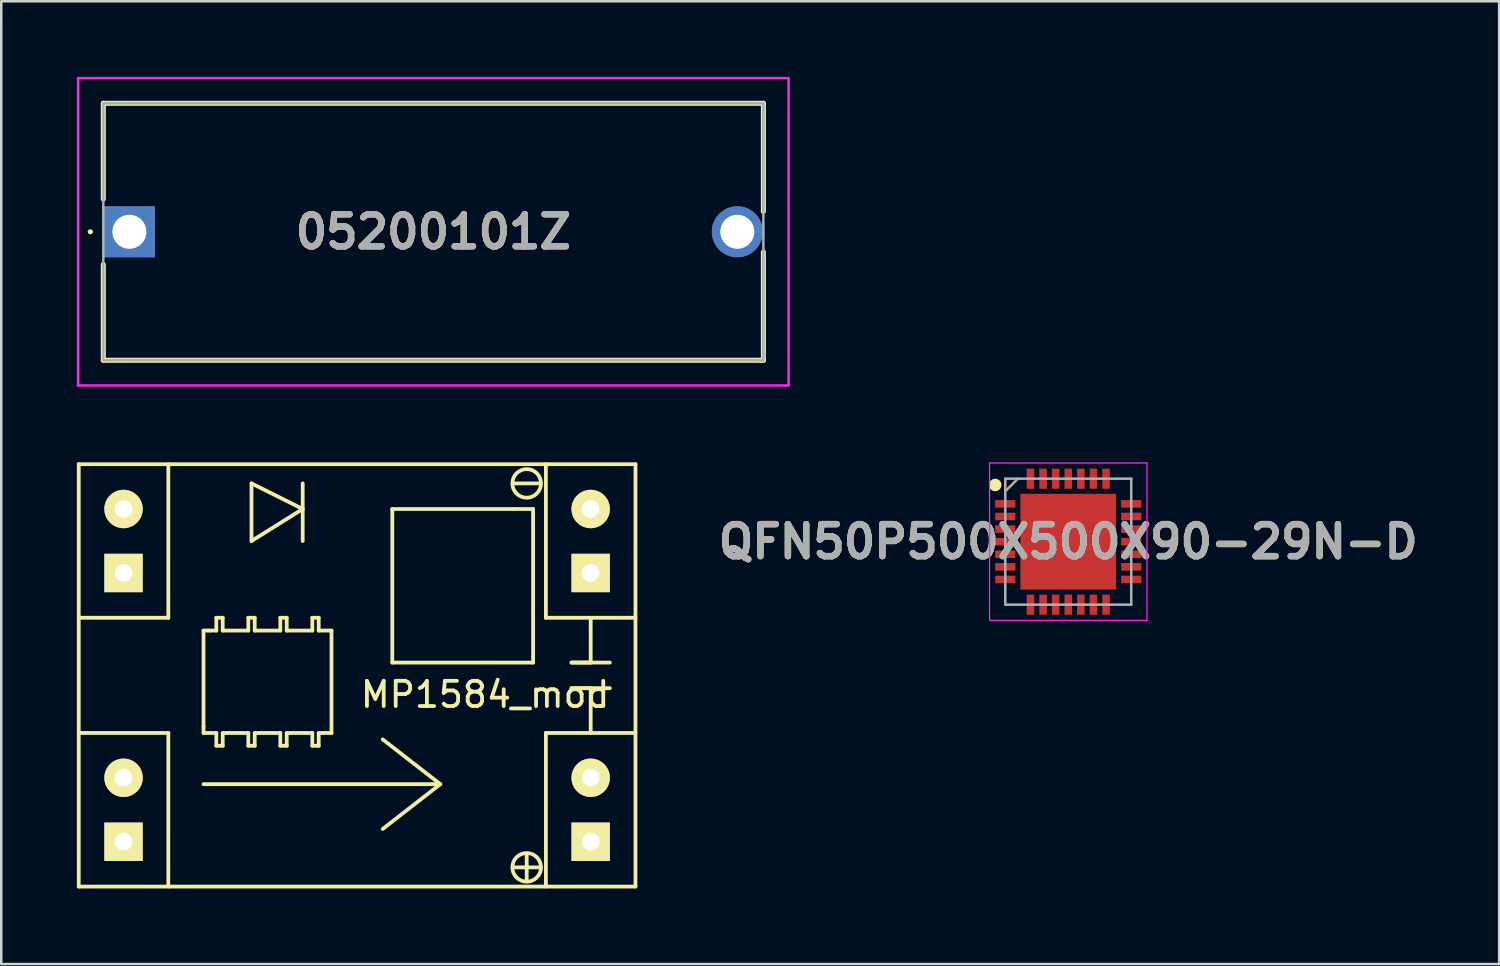
<source format=kicad_pcb>
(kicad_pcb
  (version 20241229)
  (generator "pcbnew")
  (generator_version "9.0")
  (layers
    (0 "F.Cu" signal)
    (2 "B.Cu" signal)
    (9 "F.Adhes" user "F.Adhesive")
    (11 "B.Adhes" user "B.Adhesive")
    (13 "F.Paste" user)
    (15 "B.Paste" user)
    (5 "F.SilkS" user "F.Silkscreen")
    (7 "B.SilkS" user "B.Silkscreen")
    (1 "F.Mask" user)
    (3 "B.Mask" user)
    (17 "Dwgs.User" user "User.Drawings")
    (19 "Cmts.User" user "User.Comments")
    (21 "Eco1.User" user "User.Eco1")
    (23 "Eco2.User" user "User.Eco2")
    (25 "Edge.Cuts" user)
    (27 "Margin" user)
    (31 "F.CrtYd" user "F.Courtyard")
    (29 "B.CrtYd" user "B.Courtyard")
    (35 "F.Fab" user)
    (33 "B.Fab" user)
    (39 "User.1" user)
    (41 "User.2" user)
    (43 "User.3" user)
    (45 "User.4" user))
  (footprint "MP1584_mod"
    (layer "F.Cu")
    (at 11.124 23.757)
    (property "Reference" "MP1584_mod" (at 5.08 0.762 0) (layer "F.SilkS") (effects (font (size 1 1) (thickness 0.15))))
    (attr through_hole)
    (fp_line (start -11.049 -8.382) (end 11.049 -8.382) (stroke (width 0.15) (type solid)) (layer "F.SilkS"))
    (fp_line (start -11.049 2.286) (end -7.493 2.286) (stroke (width 0.15) (type solid)) (layer "F.SilkS"))
    (fp_line (start -11.049 8.382) (end -11.049 -8.382) (stroke (width 0.15) (type solid)) (layer "F.SilkS"))
    (fp_line (start -7.493 -8.382) (end -7.493 -2.286) (stroke (width 0.15) (type solid)) (layer "F.SilkS"))
    (fp_line (start -7.493 -2.286) (end -11.049 -2.286) (stroke (width 0.15) (type solid)) (layer "F.SilkS"))
    (fp_line (start -7.493 2.286) (end -7.493 8.382) (stroke (width 0.15) (type solid)) (layer "F.SilkS"))
    (fp_line (start -6.096 -1.778) (end -5.842 -1.778) (stroke (width 0.15) (type solid)) (layer "F.SilkS"))
    (fp_line (start -6.096 2.032) (end -6.096 -1.778) (stroke (width 0.15) (type solid)) (layer "F.SilkS"))
    (fp_line (start -6.096 2.286) (end -6.096 2.032) (stroke (width 0.15) (type solid)) (layer "F.SilkS"))
    (fp_line (start -6.096 4.318) (end 3.302 4.318) (stroke (width 0.15) (type solid)) (layer "F.SilkS"))
    (fp_line (start -5.842 -1.778) (end -5.588 -1.778) (stroke (width 0.15) (type solid)) (layer "F.SilkS"))
    (fp_line (start -5.588 -2.286) (end -5.334 -2.286) (stroke (width 0.15) (type solid)) (layer "F.SilkS"))
    (fp_line (start -5.588 -1.778) (end -5.588 -2.286) (stroke (width 0.15) (type solid)) (layer "F.SilkS"))
    (fp_line (start -5.588 2.286) (end -6.096 2.286) (stroke (width 0.15) (type solid)) (layer "F.SilkS"))
    (fp_line (start -5.588 2.794) (end -5.588 2.286) (stroke (width 0.15) (type solid)) (layer "F.SilkS"))
    (fp_line (start -5.334 -1.778) (end -5.334 -2.286) (stroke (width 0.15) (type solid)) (layer "F.SilkS"))
    (fp_line (start -5.334 -1.778) (end -4.318 -1.778) (stroke (width 0.15) (type solid)) (layer "F.SilkS"))
    (fp_line (start -5.334 2.286) (end -5.334 2.794) (stroke (width 0.15) (type solid)) (layer "F.SilkS"))
    (fp_line (start -5.334 2.794) (end -5.588 2.794) (stroke (width 0.15) (type solid)) (layer "F.SilkS"))
    (fp_line (start -4.318 -2.286) (end -4.064 -2.286) (stroke (width 0.15) (type solid)) (layer "F.SilkS"))
    (fp_line (start -4.318 -1.778) (end -4.318 -2.286) (stroke (width 0.15) (type solid)) (layer "F.SilkS"))
    (fp_line (start -4.318 2.286) (end -5.334 2.286) (stroke (width 0.15) (type solid)) (layer "F.SilkS"))
    (fp_line (start -4.318 2.794) (end -4.318 2.286) (stroke (width 0.15) (type solid)) (layer "F.SilkS"))
    (fp_line (start -4.191 -7.62) (end -4.191 -5.334) (stroke (width 0.15) (type solid)) (layer "F.SilkS"))
    (fp_line (start -4.191 -5.334) (end -2.159 -6.604) (stroke (width 0.15) (type solid)) (layer "F.SilkS"))
    (fp_line (start -4.064 -1.778) (end -4.064 -2.286) (stroke (width 0.15) (type solid)) (layer "F.SilkS"))
    (fp_line (start -4.064 -1.778) (end -3.048 -1.778) (stroke (width 0.15) (type solid)) (layer "F.SilkS"))
    (fp_line (start -4.064 2.286) (end -4.064 2.794) (stroke (width 0.15) (type solid)) (layer "F.SilkS"))
    (fp_line (start -4.064 2.794) (end -4.318 2.794) (stroke (width 0.15) (type solid)) (layer "F.SilkS"))
    (fp_line (start -3.048 -2.286) (end -2.794 -2.286) (stroke (width 0.15) (type solid)) (layer "F.SilkS"))
    (fp_line (start -3.048 -1.778) (end -3.048 -2.286) (stroke (width 0.15) (type solid)) (layer "F.SilkS"))
    (fp_line (start -3.048 2.286) (end -4.064 2.286) (stroke (width 0.15) (type solid)) (layer "F.SilkS"))
    (fp_line (start -3.048 2.794) (end -3.048 2.286) (stroke (width 0.15) (type solid)) (layer "F.SilkS"))
    (fp_line (start -2.794 -2.286) (end -2.794 -1.778) (stroke (width 0.15) (type solid)) (layer "F.SilkS"))
    (fp_line (start -2.794 -1.778) (end -1.778 -1.778) (stroke (width 0.15) (type solid)) (layer "F.SilkS"))
    (fp_line (start -2.794 2.286) (end -2.794 2.794) (stroke (width 0.15) (type solid)) (layer "F.SilkS"))
    (fp_line (start -2.794 2.794) (end -3.048 2.794) (stroke (width 0.15) (type solid)) (layer "F.SilkS"))
    (fp_line (start -2.159 -7.62) (end -2.159 -5.334) (stroke (width 0.15) (type solid)) (layer "F.SilkS"))
    (fp_line (start -2.159 -6.604) (end -4.191 -7.62) (stroke (width 0.15) (type solid)) (layer "F.SilkS"))
    (fp_line (start -1.778 -2.286) (end -1.524 -2.286) (stroke (width 0.15) (type solid)) (layer "F.SilkS"))
    (fp_line (start -1.778 -1.778) (end -1.778 -2.286) (stroke (width 0.15) (type solid)) (layer "F.SilkS"))
    (fp_line (start -1.778 2.286) (end -2.794 2.286) (stroke (width 0.15) (type solid)) (layer "F.SilkS"))
    (fp_line (start -1.778 2.794) (end -1.778 2.286) (stroke (width 0.15) (type solid)) (layer "F.SilkS"))
    (fp_line (start -1.524 -1.778) (end -1.524 -2.286) (stroke (width 0.15) (type solid)) (layer "F.SilkS"))
    (fp_line (start -1.524 -1.778) (end -1.016 -1.778) (stroke (width 0.15) (type solid)) (layer "F.SilkS"))
    (fp_line (start -1.524 2.286) (end -1.524 2.794) (stroke (width 0.15) (type solid)) (layer "F.SilkS"))
    (fp_line (start -1.524 2.794) (end -1.778 2.794) (stroke (width 0.15) (type solid)) (layer "F.SilkS"))
    (fp_line (start -1.016 -1.778) (end -1.016 2.286) (stroke (width 0.15) (type solid)) (layer "F.SilkS"))
    (fp_line (start -1.016 2.286) (end -1.524 2.286) (stroke (width 0.15) (type solid)) (layer "F.SilkS"))
    (fp_line (start 1.397 -6.604) (end 1.397 -0.508) (stroke (width 0.15) (type solid)) (layer "F.SilkS"))
    (fp_line (start 1.397 -0.508) (end 6.985 -0.508) (stroke (width 0.15) (type solid)) (layer "F.SilkS"))
    (fp_line (start 3.302 4.318) (end 1.016 2.54) (stroke (width 0.15) (type solid)) (layer "F.SilkS"))
    (fp_line (start 3.302 4.318) (end 1.016 6.096) (stroke (width 0.15) (type solid)) (layer "F.SilkS"))
    (fp_line (start 6.223 -7.62) (end 7.239 -7.62) (stroke (width 0.15) (type solid)) (layer "F.SilkS"))
    (fp_line (start 6.223 -6.604) (end 1.397 -6.604) (stroke (width 0.15) (type solid)) (layer "F.SilkS"))
    (fp_line (start 6.223 7.62) (end 7.239 7.62) (stroke (width 0.15) (type solid)) (layer "F.SilkS"))
    (fp_line (start 6.731 7.112) (end 6.731 8.128) (stroke (width 0.15) (type solid)) (layer "F.SilkS"))
    (fp_line (start 6.985 -6.604) (end 6.223 -6.604) (stroke (width 0.15) (type solid)) (layer "F.SilkS"))
    (fp_line (start 6.985 -0.508) (end 6.985 -6.604) (stroke (width 0.15) (type solid)) (layer "F.SilkS"))
    (fp_line (start 7.493 -2.286) (end 7.493 -8.382) (stroke (width 0.15) (type solid)) (layer "F.SilkS"))
    (fp_line (start 7.493 2.286) (end 11.049 2.286) (stroke (width 0.15) (type solid)) (layer "F.SilkS"))
    (fp_line (start 7.493 8.382) (end 7.493 2.286) (stroke (width 0.15) (type solid)) (layer "F.SilkS"))
    (fp_line (start 8.509 -0.508) (end 10.033 -0.508) (stroke (width 0.15) (type solid)) (layer "F.SilkS"))
    (fp_line (start 8.509 0.508) (end 9.271 0.508) (stroke (width 0.15) (type solid)) (layer "F.SilkS"))
    (fp_line (start 9.271 -2.286) (end 9.271 -0.508) (stroke (width 0.15) (type solid)) (layer "F.SilkS"))
    (fp_line (start 9.271 -0.508) (end 8.509 -0.508) (stroke (width 0.15) (type solid)) (layer "F.SilkS"))
    (fp_line (start 9.271 0.508) (end 9.271 2.286) (stroke (width 0.15) (type solid)) (layer "F.SilkS"))
    (fp_line (start 10.033 0.508) (end 8.509 0.508) (stroke (width 0.15) (type solid)) (layer "F.SilkS"))
    (fp_line (start 11.049 -8.382) (end 11.049 8.382) (stroke (width 0.15) (type solid)) (layer "F.SilkS"))
    (fp_line (start 11.049 -2.286) (end 7.493 -2.286) (stroke (width 0.15) (type solid)) (layer "F.SilkS"))
    (fp_line (start 11.049 8.382) (end -11.049 8.382) (stroke (width 0.15) (type solid)) (layer "F.SilkS"))
    (fp_circle (center 6.731 -7.62) (end 7.239 -7.874) (stroke (width 0.15) (type solid)) (fill no) (layer "F.SilkS"))
    (fp_circle (center 6.731 7.62) (end 7.239 7.874) (stroke (width 0.15) (type solid)) (fill no) (layer "F.SilkS"))
    (pad "1" thru_hole circle (at -9.271 4.064) (size 1.524 1.524) (drill 0.7) (layers "*.Cu" "*.Mask" "F.SilkS"))
    (pad "1" thru_hole rect (at -9.271 6.604) (size 1.524 1.524) (drill 0.7) (layers "*.Cu" "*.Mask" "F.SilkS"))
    (pad "2" thru_hole circle (at -9.271 -6.604) (size 1.524 1.524) (drill 0.7) (layers "*.Cu" "*.Mask" "F.SilkS"))
    (pad "2" thru_hole rect (at -9.271 -4.064) (size 1.524 1.524) (drill 0.7) (layers "*.Cu" "*.Mask" "F.SilkS"))
    (pad "3" thru_hole circle (at 9.271 4.064) (size 1.524 1.524) (drill 0.7) (layers "*.Cu" "*.Mask" "F.SilkS"))
    (pad "3" thru_hole rect (at 9.271 6.604) (size 1.524 1.524) (drill 0.7) (layers "*.Cu" "*.Mask" "F.SilkS"))
    (pad "4" thru_hole circle (at 9.271 -6.604) (size 1.524 1.524) (drill 0.7) (layers "*.Cu" "*.Mask" "F.SilkS"))
    (pad "4" thru_hole rect (at 9.271 -4.064) (size 1.524 1.524) (drill 0.7) (layers "*.Cu" "*.Mask" "F.SilkS")))
  (footprint "05200101Z"
    (layer "F.Cu")
    (at 2.085 6.15)
    (property "Reference" "05200101Z" (at 12.065 0 0) (layer "F.SilkS") (effects (font (size 1.27 1.27) (thickness 0.254))))
    (attr through_hole)
    (fp_line (start -1.6 0) (end -1.6 0) (stroke (width 0.1) (type solid)) (layer "F.SilkS"))
    (fp_line (start -1.5 0) (end -1.5 0) (stroke (width 0.1) (type solid)) (layer "F.SilkS"))
    (fp_line (start -1.035 -5.1) (end 25.165 -5.1) (stroke (width 0.2) (type solid)) (layer "F.SilkS"))
    (fp_line (start -1.035 -1.3) (end -1.035 -5.1) (stroke (width 0.2) (type solid)) (layer "F.SilkS"))
    (fp_line (start -1.035 5.1) (end -1.035 1.3) (stroke (width 0.2) (type solid)) (layer "F.SilkS"))
    (fp_line (start 25.165 -5.1) (end 25.165 -0.8) (stroke (width 0.2) (type solid)) (layer "F.SilkS"))
    (fp_line (start 25.165 0.8) (end 25.165 5.1) (stroke (width 0.2) (type solid)) (layer "F.SilkS"))
    (fp_line (start 25.165 5.1) (end -1.035 5.1) (stroke (width 0.2) (type solid)) (layer "F.SilkS"))
    (fp_arc (start -1.6 0) (mid -1.55 -0.05) (end -1.5 0) (stroke (width 0.1) (type solid)) (layer "F.SilkS"))
    (fp_arc (start -1.5 0) (mid -1.55 0.05) (end -1.6 0) (stroke (width 0.1) (type solid)) (layer "F.SilkS"))
    (fp_line (start -2.035 -6.1) (end 26.165 -6.1) (stroke (width 0.1) (type solid)) (layer "F.CrtYd"))
    (fp_line (start -2.035 6.1) (end -2.035 -6.1) (stroke (width 0.1) (type solid)) (layer "F.CrtYd"))
    (fp_line (start 26.165 -6.1) (end 26.165 6.1) (stroke (width 0.1) (type solid)) (layer "F.CrtYd"))
    (fp_line (start 26.165 6.1) (end -2.035 6.1) (stroke (width 0.1) (type solid)) (layer "F.CrtYd"))
    (fp_line (start -1.035 -5.1) (end 25.165 -5.1) (stroke (width 0.1) (type solid)) (layer "F.Fab"))
    (fp_line (start -1.035 5.1) (end -1.035 -5.1) (stroke (width 0.1) (type solid)) (layer "F.Fab"))
    (fp_line (start 25.165 -5.1) (end 25.165 5.1) (stroke (width 0.1) (type solid)) (layer "F.Fab"))
    (fp_line (start 25.165 5.1) (end -1.035 5.1) (stroke (width 0.1) (type solid)) (layer "F.Fab"))
    (fp_text user "${REFERENCE}" (at 12.065 0 0) (layer "F.Fab") (effects (font (size 1.27 1.27) (thickness 0.254))))
    (pad "1" thru_hole rect (at 0 0) (size 2.025 2.025) (drill 1.35) (layers "*.Cu" "*.Mask"))
    (pad "2" thru_hole circle (at 24.13 0) (size 2.025 2.025) (drill 1.35) (layers "*.Cu" "*.Mask")))
  (footprint "QFN50P500X500X90-29N-D"
    (layer "F.Cu")
    (at 39.351 18.45)
    (property "Reference" "QFN50P500X500X90-29N-D" (at 0 0 0) (layer "F.SilkS") (effects (font (size 1.27 1.27) (thickness 0.254))))
    (attr smd)
    (fp_circle (center -2.9 -2.25) (end -2.9 -2.125) (stroke (width 0.25) (type solid)) (fill no) (layer "F.SilkS"))
    (fp_line (start -3.125 -3.125) (end 3.125 -3.125) (stroke (width 0.05) (type solid)) (layer "F.CrtYd"))
    (fp_line (start -3.125 3.125) (end -3.125 -3.125) (stroke (width 0.05) (type solid)) (layer "F.CrtYd"))
    (fp_line (start 3.125 -3.125) (end 3.125 3.125) (stroke (width 0.05) (type solid)) (layer "F.CrtYd"))
    (fp_line (start 3.125 3.125) (end -3.125 3.125) (stroke (width 0.05) (type solid)) (layer "F.CrtYd"))
    (fp_line (start -2.5 -2.5) (end 2.5 -2.5) (stroke (width 0.1) (type solid)) (layer "F.Fab"))
    (fp_line (start -2.5 -2) (end -2 -2.5) (stroke (width 0.1) (type solid)) (layer "F.Fab"))
    (fp_line (start -2.5 2.5) (end -2.5 -2.5) (stroke (width 0.1) (type solid)) (layer "F.Fab"))
    (fp_line (start 2.5 -2.5) (end 2.5 2.5) (stroke (width 0.1) (type solid)) (layer "F.Fab"))
    (fp_line (start 2.5 2.5) (end -2.5 2.5) (stroke (width 0.1) (type solid)) (layer "F.Fab"))
    (fp_text user "${REFERENCE}" (at 0 0 0) (layer "F.Fab") (effects (font (size 1.27 1.27) (thickness 0.254))))
    (pad "1" smd rect (at -2.5 -1.5 90) (size 0.3 0.8) (layers "F.Cu" "F.Mask" "F.Paste"))
    (pad "2" smd rect (at -2.5 -1 90) (size 0.3 0.8) (layers "F.Cu" "F.Mask" "F.Paste"))
    (pad "3" smd rect (at -2.5 -0.5 90) (size 0.3 0.8) (layers "F.Cu" "F.Mask" "F.Paste"))
    (pad "4" smd rect (at -2.5 0 90) (size 0.3 0.8) (layers "F.Cu" "F.Mask" "F.Paste"))
    (pad "5" smd rect (at -2.5 0.5 90) (size 0.3 0.8) (layers "F.Cu" "F.Mask" "F.Paste"))
    (pad "6" smd rect (at -2.5 1 90) (size 0.3 0.8) (layers "F.Cu" "F.Mask" "F.Paste"))
    (pad "7" smd rect (at -2.5 1.5 90) (size 0.3 0.8) (layers "F.Cu" "F.Mask" "F.Paste"))
    (pad "8" smd rect (at -1.5 2.5) (size 0.3 0.8) (layers "F.Cu" "F.Mask" "F.Paste"))
    (pad "9" smd rect (at -1 2.5) (size 0.3 0.8) (layers "F.Cu" "F.Mask" "F.Paste"))
    (pad "10" smd rect (at -0.5 2.5) (size 0.3 0.8) (layers "F.Cu" "F.Mask" "F.Paste"))
    (pad "11" smd rect (at 0 2.5) (size 0.3 0.8) (layers "F.Cu" "F.Mask" "F.Paste"))
    (pad "12" smd rect (at 0.5 2.5) (size 0.3 0.8) (layers "F.Cu" "F.Mask" "F.Paste"))
    (pad "13" smd rect (at 1 2.5) (size 0.3 0.8) (layers "F.Cu" "F.Mask" "F.Paste"))
    (pad "14" smd rect (at 1.5 2.5) (size 0.3 0.8) (layers "F.Cu" "F.Mask" "F.Paste"))
    (pad "15" smd rect (at 2.5 1.5 90) (size 0.3 0.8) (layers "F.Cu" "F.Mask" "F.Paste"))
    (pad "16" smd rect (at 2.5 1 90) (size 0.3 0.8) (layers "F.Cu" "F.Mask" "F.Paste"))
    (pad "17" smd rect (at 2.5 0.5 90) (size 0.3 0.8) (layers "F.Cu" "F.Mask" "F.Paste"))
    (pad "18" smd rect (at 2.5 0 90) (size 0.3 0.8) (layers "F.Cu" "F.Mask" "F.Paste"))
    (pad "19" smd rect (at 2.5 -0.5 90) (size 0.3 0.8) (layers "F.Cu" "F.Mask" "F.Paste"))
    (pad "20" smd rect (at 2.5 -1 90) (size 0.3 0.8) (layers "F.Cu" "F.Mask" "F.Paste"))
    (pad "21" smd rect (at 2.5 -1.5 90) (size 0.3 0.8) (layers "F.Cu" "F.Mask" "F.Paste"))
    (pad "22" smd rect (at 1.5 -2.5) (size 0.3 0.8) (layers "F.Cu" "F.Mask" "F.Paste"))
    (pad "23" smd rect (at 1 -2.5) (size 0.3 0.8) (layers "F.Cu" "F.Mask" "F.Paste"))
    (pad "24" smd rect (at 0.5 -2.5) (size 0.3 0.8) (layers "F.Cu" "F.Mask" "F.Paste"))
    (pad "25" smd rect (at 0 -2.5) (size 0.3 0.8) (layers "F.Cu" "F.Mask" "F.Paste"))
    (pad "26" smd rect (at -0.5 -2.5) (size 0.3 0.8) (layers "F.Cu" "F.Mask" "F.Paste"))
    (pad "27" smd rect (at -1 -2.5) (size 0.3 0.8) (layers "F.Cu" "F.Mask" "F.Paste"))
    (pad "28" smd rect (at -1.5 -2.5) (size 0.3 0.8) (layers "F.Cu" "F.Mask" "F.Paste"))
    (pad "29" smd rect (at 0 0) (size 3.8 3.8) (layers "F.Cu" "F.Mask" "F.Paste")))
  (gr_rect
    (start -3 -3)
    (end 56.454 35.214)
    (stroke (width 0.1) (type default))
    (fill no)
    (layer "Edge.Cuts")))
</source>
